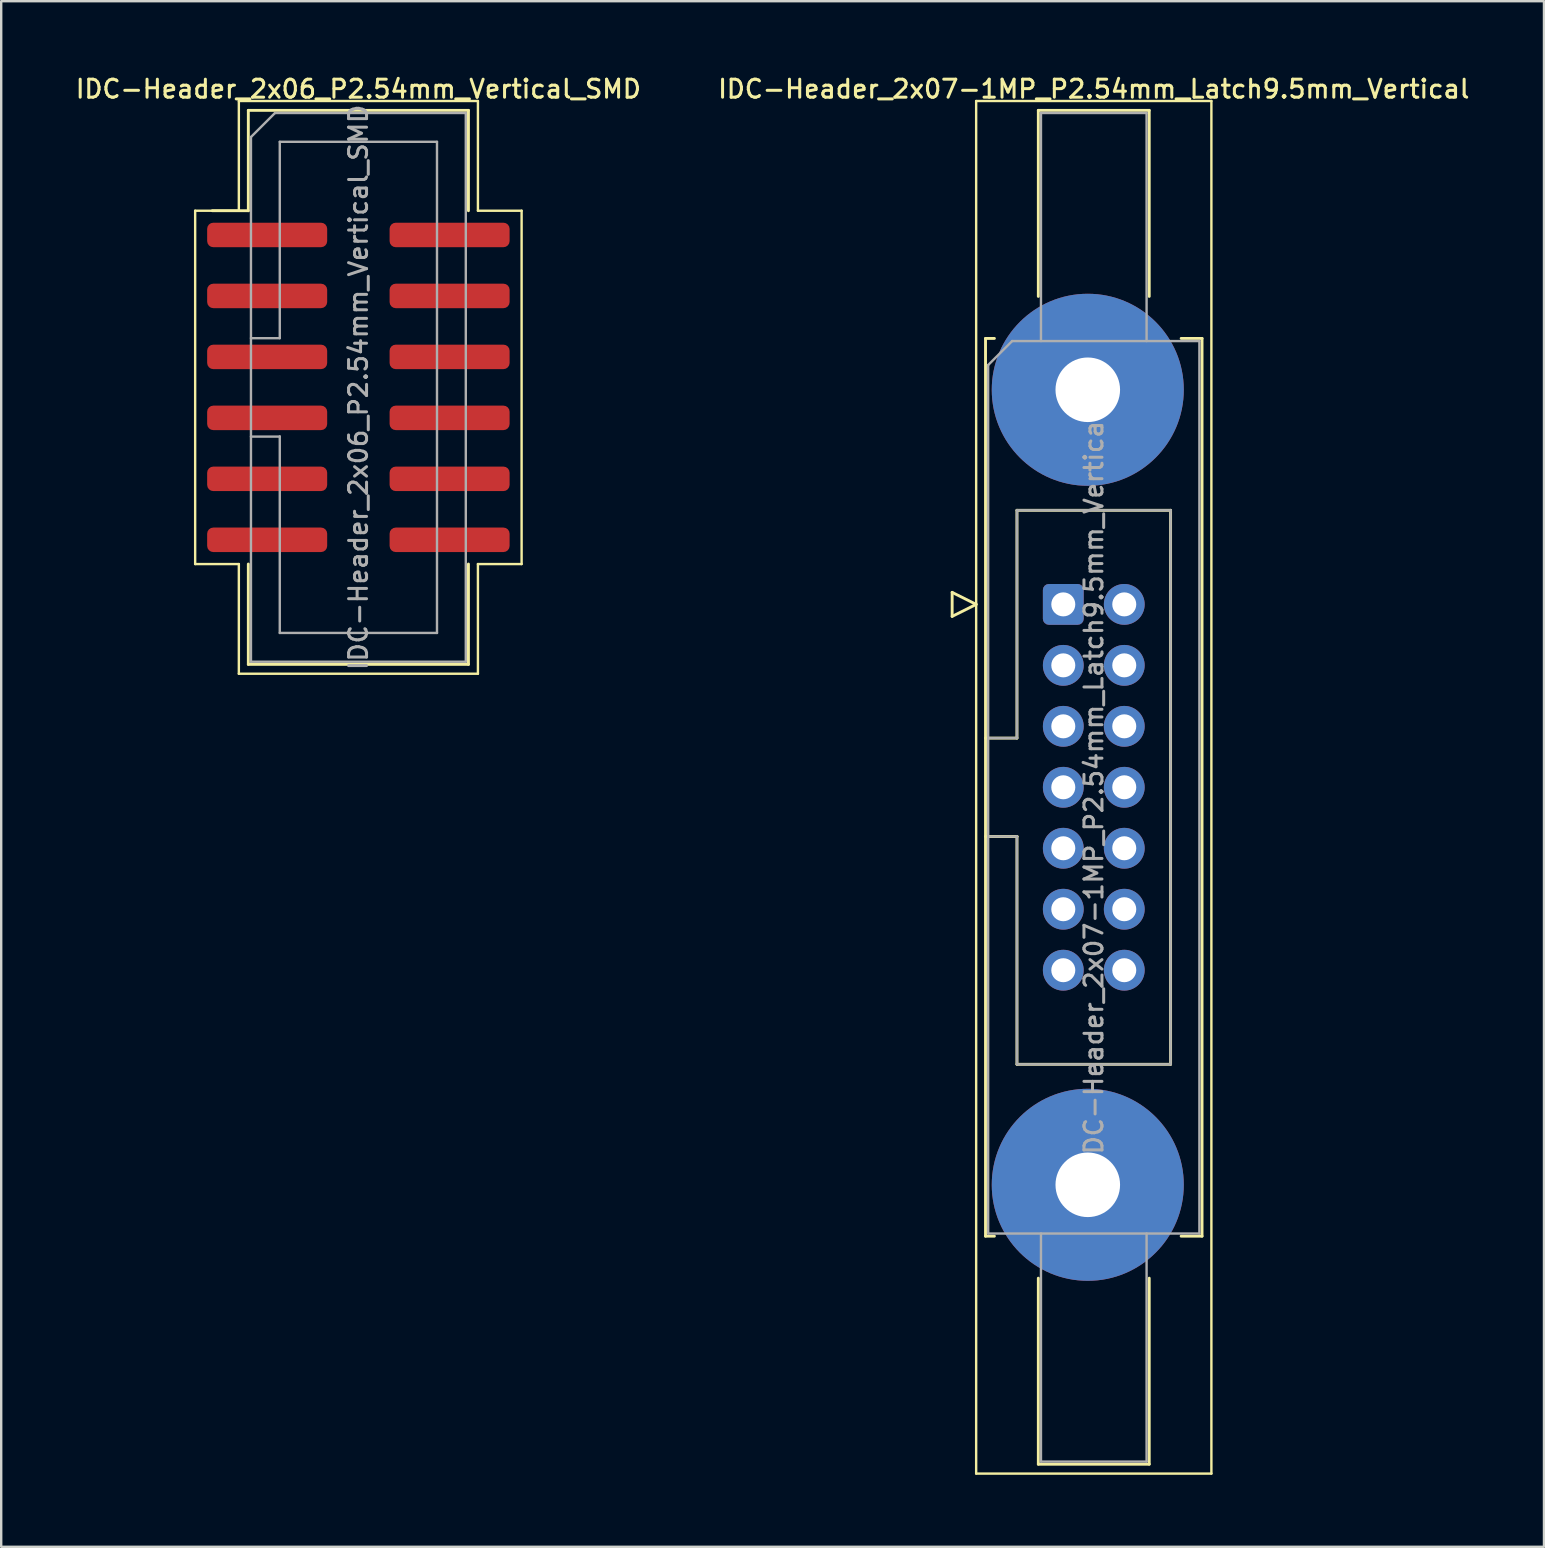
<source format=kicad_pcb>
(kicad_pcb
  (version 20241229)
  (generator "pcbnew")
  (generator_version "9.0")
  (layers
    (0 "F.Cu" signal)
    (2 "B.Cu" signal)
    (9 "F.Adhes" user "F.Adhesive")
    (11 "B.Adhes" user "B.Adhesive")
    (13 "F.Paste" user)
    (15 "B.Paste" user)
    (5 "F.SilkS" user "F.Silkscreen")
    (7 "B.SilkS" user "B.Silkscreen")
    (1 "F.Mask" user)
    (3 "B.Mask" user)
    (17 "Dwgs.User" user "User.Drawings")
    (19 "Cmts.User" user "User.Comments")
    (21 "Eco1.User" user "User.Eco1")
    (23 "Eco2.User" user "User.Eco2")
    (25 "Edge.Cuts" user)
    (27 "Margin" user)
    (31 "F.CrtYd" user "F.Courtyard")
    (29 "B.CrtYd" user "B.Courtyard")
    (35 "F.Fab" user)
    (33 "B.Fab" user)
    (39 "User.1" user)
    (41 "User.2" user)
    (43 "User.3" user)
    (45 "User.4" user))
  (footprint "IDC-Header_2x07-1MP_P2.54mm_Latch9.5mm_Vertical"
    (layer "F.Cu")
    (at 41.246 22.128)
    (property "Reference" "IDC-Header_2x07-1MP_P2.54mm_Latch9.5mm_Vertical" (at 1.27 -21.47 0) (layer "F.SilkS") (effects (font (size 0.75 0.75) (thickness 0.125))))
    (attr through_hole)
    (fp_line (start -4.63 -0.5) (end -4.63 0.5) (stroke (width 0.12) (type solid)) (layer "F.SilkS"))
    (fp_line (start -4.63 0.5) (end -3.63 0) (stroke (width 0.12) (type solid)) (layer "F.SilkS"))
    (fp_line (start -3.63 -20.97) (end -3.63 36.21) (stroke (width 0.1) (type solid)) (layer "F.SilkS"))
    (fp_line (start -3.63 0) (end -4.63 -0.5) (stroke (width 0.12) (type solid)) (layer "F.SilkS"))
    (fp_line (start -3.63 36.21) (end 6.17 36.21) (stroke (width 0.1) (type solid)) (layer "F.SilkS"))
    (fp_line (start -3.24 -11.08) (end -3.24 26.32) (stroke (width 0.12) (type solid)) (layer "F.SilkS"))
    (fp_line (start -3.24 5.57) (end -1.93 5.57) (stroke (width 0.12) (type solid)) (layer "F.SilkS"))
    (fp_line (start -3.24 26.32) (end -2.87 26.32) (stroke (width 0.12) (type solid)) (layer "F.SilkS"))
    (fp_line (start -2.87 -11.08) (end -3.24 -11.08) (stroke (width 0.12) (type solid)) (layer "F.SilkS"))
    (fp_line (start -1.93 -3.92) (end 4.47 -3.92) (stroke (width 0.12) (type solid)) (layer "F.SilkS"))
    (fp_line (start -1.93 5.57) (end -1.93 -3.92) (stroke (width 0.12) (type solid)) (layer "F.SilkS"))
    (fp_line (start -1.93 9.67) (end -3.24 9.67) (stroke (width 0.12) (type solid)) (layer "F.SilkS"))
    (fp_line (start -1.93 9.67) (end -1.93 9.67) (stroke (width 0.12) (type solid)) (layer "F.SilkS"))
    (fp_line (start -1.93 19.16) (end -1.93 9.67) (stroke (width 0.12) (type solid)) (layer "F.SilkS"))
    (fp_line (start -1.04 -20.58) (end 3.58 -20.58) (stroke (width 0.12) (type solid)) (layer "F.SilkS"))
    (fp_line (start -1.04 -12.83) (end -1.04 -20.58) (stroke (width 0.12) (type solid)) (layer "F.SilkS"))
    (fp_line (start -1.04 28.07) (end -1.04 35.82) (stroke (width 0.12) (type solid)) (layer "F.SilkS"))
    (fp_line (start -1.04 35.82) (end 3.58 35.82) (stroke (width 0.12) (type solid)) (layer "F.SilkS"))
    (fp_line (start 3.58 -20.58) (end 3.58 -12.83) (stroke (width 0.12) (type solid)) (layer "F.SilkS"))
    (fp_line (start 3.58 35.82) (end 3.58 28.07) (stroke (width 0.12) (type solid)) (layer "F.SilkS"))
    (fp_line (start 4.47 -3.92) (end 4.47 19.16) (stroke (width 0.12) (type solid)) (layer "F.SilkS"))
    (fp_line (start 4.47 19.16) (end -1.93 19.16) (stroke (width 0.12) (type solid)) (layer "F.SilkS"))
    (fp_line (start 4.91 -11.08) (end 5.78 -11.08) (stroke (width 0.12) (type solid)) (layer "F.SilkS"))
    (fp_line (start 5.78 -11.08) (end 5.78 26.32) (stroke (width 0.12) (type solid)) (layer "F.SilkS"))
    (fp_line (start 5.78 26.32) (end 4.91 26.32) (stroke (width 0.12) (type solid)) (layer "F.SilkS"))
    (fp_line (start 6.17 -20.97) (end -3.63 -20.97) (stroke (width 0.1) (type solid)) (layer "F.SilkS"))
    (fp_line (start 6.17 36.21) (end 6.17 -20.97) (stroke (width 0.1) (type solid)) (layer "F.SilkS"))
    (fp_line (start -3.13 -9.97) (end -2.13 -10.97) (stroke (width 0.1) (type solid)) (layer "F.Fab"))
    (fp_line (start -3.13 5.57) (end -1.93 5.57) (stroke (width 0.1) (type solid)) (layer "F.Fab"))
    (fp_line (start -3.13 26.21) (end -3.13 -9.97) (stroke (width 0.1) (type solid)) (layer "F.Fab"))
    (fp_line (start -2.13 -10.97) (end 5.67 -10.97) (stroke (width 0.1) (type solid)) (layer "F.Fab"))
    (fp_line (start -1.93 -3.92) (end 4.47 -3.92) (stroke (width 0.1) (type solid)) (layer "F.Fab"))
    (fp_line (start -1.93 5.57) (end -1.93 -3.92) (stroke (width 0.1) (type solid)) (layer "F.Fab"))
    (fp_line (start -1.93 9.67) (end -3.13 9.67) (stroke (width 0.1) (type solid)) (layer "F.Fab"))
    (fp_line (start -1.93 9.67) (end -1.93 9.67) (stroke (width 0.1) (type solid)) (layer "F.Fab"))
    (fp_line (start -1.93 19.16) (end -1.93 9.67) (stroke (width 0.1) (type solid)) (layer "F.Fab"))
    (fp_line (start -0.93 -20.47) (end 3.47 -20.47) (stroke (width 0.1) (type solid)) (layer "F.Fab"))
    (fp_line (start -0.93 -10.97) (end -0.93 -20.47) (stroke (width 0.1) (type solid)) (layer "F.Fab"))
    (fp_line (start -0.93 26.21) (end -0.93 35.71) (stroke (width 0.1) (type solid)) (layer "F.Fab"))
    (fp_line (start -0.93 35.71) (end 3.47 35.71) (stroke (width 0.1) (type solid)) (layer "F.Fab"))
    (fp_line (start 3.47 -20.47) (end 3.47 -10.97) (stroke (width 0.1) (type solid)) (layer "F.Fab"))
    (fp_line (start 3.47 35.71) (end 3.47 26.21) (stroke (width 0.1) (type solid)) (layer "F.Fab"))
    (fp_line (start 4.47 -3.92) (end 4.47 19.16) (stroke (width 0.1) (type solid)) (layer "F.Fab"))
    (fp_line (start 4.47 19.16) (end -1.93 19.16) (stroke (width 0.1) (type solid)) (layer "F.Fab"))
    (fp_line (start 5.67 -10.97) (end 5.67 26.21) (stroke (width 0.1) (type solid)) (layer "F.Fab"))
    (fp_line (start 5.67 26.21) (end -3.13 26.21) (stroke (width 0.1) (type solid)) (layer "F.Fab"))
    (fp_text user "${REFERENCE}" (at 1.27 7.62 90) (layer "F.Fab") (effects (font (size 0.75 0.75) (thickness 0.125))))
    (pad "1" thru_hole roundrect (at 0 0) (size 1.7 1.7) (drill 1) (layers "*.Cu" "*.Mask") (roundrect_rratio 0.147))
    (pad "2" thru_hole circle (at 2.54 0) (size 1.7 1.7) (drill 1) (layers "*.Cu" "*.Mask"))
    (pad "3" thru_hole circle (at 0 2.54) (size 1.7 1.7) (drill 1) (layers "*.Cu" "*.Mask"))
    (pad "4" thru_hole circle (at 2.54 2.54) (size 1.7 1.7) (drill 1) (layers "*.Cu" "*.Mask"))
    (pad "5" thru_hole circle (at 0 5.08) (size 1.7 1.7) (drill 1) (layers "*.Cu" "*.Mask"))
    (pad "6" thru_hole circle (at 2.54 5.08) (size 1.7 1.7) (drill 1) (layers "*.Cu" "*.Mask"))
    (pad "7" thru_hole circle (at 0 7.62) (size 1.7 1.7) (drill 1) (layers "*.Cu" "*.Mask"))
    (pad "8" thru_hole circle (at 2.54 7.62) (size 1.7 1.7) (drill 1) (layers "*.Cu" "*.Mask"))
    (pad "9" thru_hole circle (at 0 10.16) (size 1.7 1.7) (drill 1) (layers "*.Cu" "*.Mask"))
    (pad "10" thru_hole circle (at 2.54 10.16) (size 1.7 1.7) (drill 1) (layers "*.Cu" "*.Mask"))
    (pad "11" thru_hole circle (at 0 12.7) (size 1.7 1.7) (drill 1) (layers "*.Cu" "*.Mask"))
    (pad "12" thru_hole circle (at 2.54 12.7) (size 1.7 1.7) (drill 1) (layers "*.Cu" "*.Mask"))
    (pad "13" thru_hole circle (at 0 15.24) (size 1.7 1.7) (drill 1) (layers "*.Cu" "*.Mask"))
    (pad "14" thru_hole circle (at 2.54 15.24) (size 1.7 1.7) (drill 1) (layers "*.Cu" "*.Mask"))
    (pad "MP" thru_hole circle (at 1.02 -8.94) (size 8 8) (drill 2.69) (layers "*.Cu" "*.Mask"))
    (pad "MP" thru_hole circle (at 1.02 24.18) (size 8 8) (drill 2.69) (layers "*.Cu" "*.Mask")))
  (footprint "IDC-Header_2x06_P2.54mm_Vertical_SMD"
    (layer "F.Cu")
    (at 11.88 13.088)
    (property "Reference" "IDC-Header_2x06_P2.54mm_Vertical_SMD" (at 0 -12.43 0) (layer "F.SilkS") (effects (font (size 0.75 0.75) (thickness 0.125))))
    (attr smd)
    (fp_line (start -6.8 -7.36) (end -6.8 7.36) (stroke (width 0.1) (type solid)) (layer "F.SilkS"))
    (fp_line (start -6.8 7.36) (end -4.98 7.36) (stroke (width 0.1) (type solid)) (layer "F.SilkS"))
    (fp_line (start -4.98 -11.93) (end -4.98 -7.36) (stroke (width 0.1) (type solid)) (layer "F.SilkS"))
    (fp_line (start -4.98 -7.36) (end -6.8 -7.36) (stroke (width 0.1) (type solid)) (layer "F.SilkS"))
    (fp_line (start -4.98 7.36) (end -4.98 11.93) (stroke (width 0.1) (type solid)) (layer "F.SilkS"))
    (fp_line (start -4.98 11.93) (end 4.98 11.93) (stroke (width 0.1) (type solid)) (layer "F.SilkS"))
    (fp_line (start -4.585 -11.54) (end 4.585 -11.54) (stroke (width 0.12) (type solid)) (layer "F.SilkS"))
    (fp_line (start -4.585 -7.36) (end -6.085 -7.36) (stroke (width 0.12) (type solid)) (layer "F.SilkS"))
    (fp_line (start -4.585 -7.36) (end -4.585 -11.54) (stroke (width 0.12) (type solid)) (layer "F.SilkS"))
    (fp_line (start -4.585 7.36) (end -4.585 11.54) (stroke (width 0.12) (type solid)) (layer "F.SilkS"))
    (fp_line (start -4.585 11.54) (end 4.585 11.54) (stroke (width 0.12) (type solid)) (layer "F.SilkS"))
    (fp_line (start 4.585 -11.54) (end 4.585 -7.36) (stroke (width 0.12) (type solid)) (layer "F.SilkS"))
    (fp_line (start 4.585 11.54) (end 4.585 7.36) (stroke (width 0.12) (type solid)) (layer "F.SilkS"))
    (fp_line (start 4.98 -11.93) (end -4.98 -11.93) (stroke (width 0.1) (type solid)) (layer "F.SilkS"))
    (fp_line (start 4.98 -7.36) (end 4.98 -11.93) (stroke (width 0.1) (type solid)) (layer "F.SilkS"))
    (fp_line (start 4.98 7.36) (end 6.8 7.36) (stroke (width 0.1) (type solid)) (layer "F.SilkS"))
    (fp_line (start 4.98 11.93) (end 4.98 7.36) (stroke (width 0.1) (type solid)) (layer "F.SilkS"))
    (fp_line (start 6.8 -7.36) (end 4.98 -7.36) (stroke (width 0.1) (type solid)) (layer "F.SilkS"))
    (fp_line (start 6.8 7.36) (end 6.8 -7.36) (stroke (width 0.1) (type solid)) (layer "F.SilkS"))
    (fp_line (start -4.475 -10.43) (end -3.475 -11.43) (stroke (width 0.1) (type solid)) (layer "F.Fab"))
    (fp_line (start -4.475 -2.05) (end -3.275 -2.05) (stroke (width 0.1) (type solid)) (layer "F.Fab"))
    (fp_line (start -4.475 11.43) (end -4.475 -10.43) (stroke (width 0.1) (type solid)) (layer "F.Fab"))
    (fp_line (start -3.475 -11.43) (end 4.475 -11.43) (stroke (width 0.1) (type solid)) (layer "F.Fab"))
    (fp_line (start -3.275 -10.23) (end 3.275 -10.23) (stroke (width 0.1) (type solid)) (layer "F.Fab"))
    (fp_line (start -3.275 -2.05) (end -3.275 -10.23) (stroke (width 0.1) (type solid)) (layer "F.Fab"))
    (fp_line (start -3.275 2.05) (end -4.475 2.05) (stroke (width 0.1) (type solid)) (layer "F.Fab"))
    (fp_line (start -3.275 2.05) (end -3.275 2.05) (stroke (width 0.1) (type solid)) (layer "F.Fab"))
    (fp_line (start -3.275 10.23) (end -3.275 2.05) (stroke (width 0.1) (type solid)) (layer "F.Fab"))
    (fp_line (start 3.275 -10.23) (end 3.275 10.23) (stroke (width 0.1) (type solid)) (layer "F.Fab"))
    (fp_line (start 3.275 10.23) (end -3.275 10.23) (stroke (width 0.1) (type solid)) (layer "F.Fab"))
    (fp_line (start 4.475 -11.43) (end 4.475 11.43) (stroke (width 0.1) (type solid)) (layer "F.Fab"))
    (fp_line (start 4.475 11.43) (end -4.475 11.43) (stroke (width 0.1) (type solid)) (layer "F.Fab"))
    (fp_text user "${REFERENCE}" (at 0 0 90) (layer "F.Fab") (effects (font (size 0.75 0.75) (thickness 0.125))))
    (pad "1" smd roundrect (at -3.8 -6.35) (size 5 1.02) (layers "F.Cu" "F.Mask" "F.Paste") (roundrect_rratio 0.25))
    (pad "2" smd roundrect (at 3.8 -6.35) (size 5 1.02) (layers "F.Cu" "F.Mask" "F.Paste") (roundrect_rratio 0.25))
    (pad "3" smd roundrect (at -3.8 -3.81) (size 5 1.02) (layers "F.Cu" "F.Mask" "F.Paste") (roundrect_rratio 0.25))
    (pad "4" smd roundrect (at 3.8 -3.81) (size 5 1.02) (layers "F.Cu" "F.Mask" "F.Paste") (roundrect_rratio 0.25))
    (pad "5" smd roundrect (at -3.8 -1.27) (size 5 1.02) (layers "F.Cu" "F.Mask" "F.Paste") (roundrect_rratio 0.25))
    (pad "6" smd roundrect (at 3.8 -1.27) (size 5 1.02) (layers "F.Cu" "F.Mask" "F.Paste") (roundrect_rratio 0.25))
    (pad "7" smd roundrect (at -3.8 1.27) (size 5 1.02) (layers "F.Cu" "F.Mask" "F.Paste") (roundrect_rratio 0.25))
    (pad "8" smd roundrect (at 3.8 1.27) (size 5 1.02) (layers "F.Cu" "F.Mask" "F.Paste") (roundrect_rratio 0.25))
    (pad "9" smd roundrect (at -3.8 3.81) (size 5 1.02) (layers "F.Cu" "F.Mask" "F.Paste") (roundrect_rratio 0.25))
    (pad "10" smd roundrect (at 3.8 3.81) (size 5 1.02) (layers "F.Cu" "F.Mask" "F.Paste") (roundrect_rratio 0.25))
    (pad "11" smd roundrect (at -3.8 6.35) (size 5 1.02) (layers "F.Cu" "F.Mask" "F.Paste") (roundrect_rratio 0.25))
    (pad "12" smd roundrect (at 3.8 6.35) (size 5 1.02) (layers "F.Cu" "F.Mask" "F.Paste") (roundrect_rratio 0.25)))
  (gr_rect
    (start -3 -3)
    (end 61.271 61.388)
    (stroke (width 0.1) (type default))
    (fill no)
    (layer "Edge.Cuts")))
</source>
